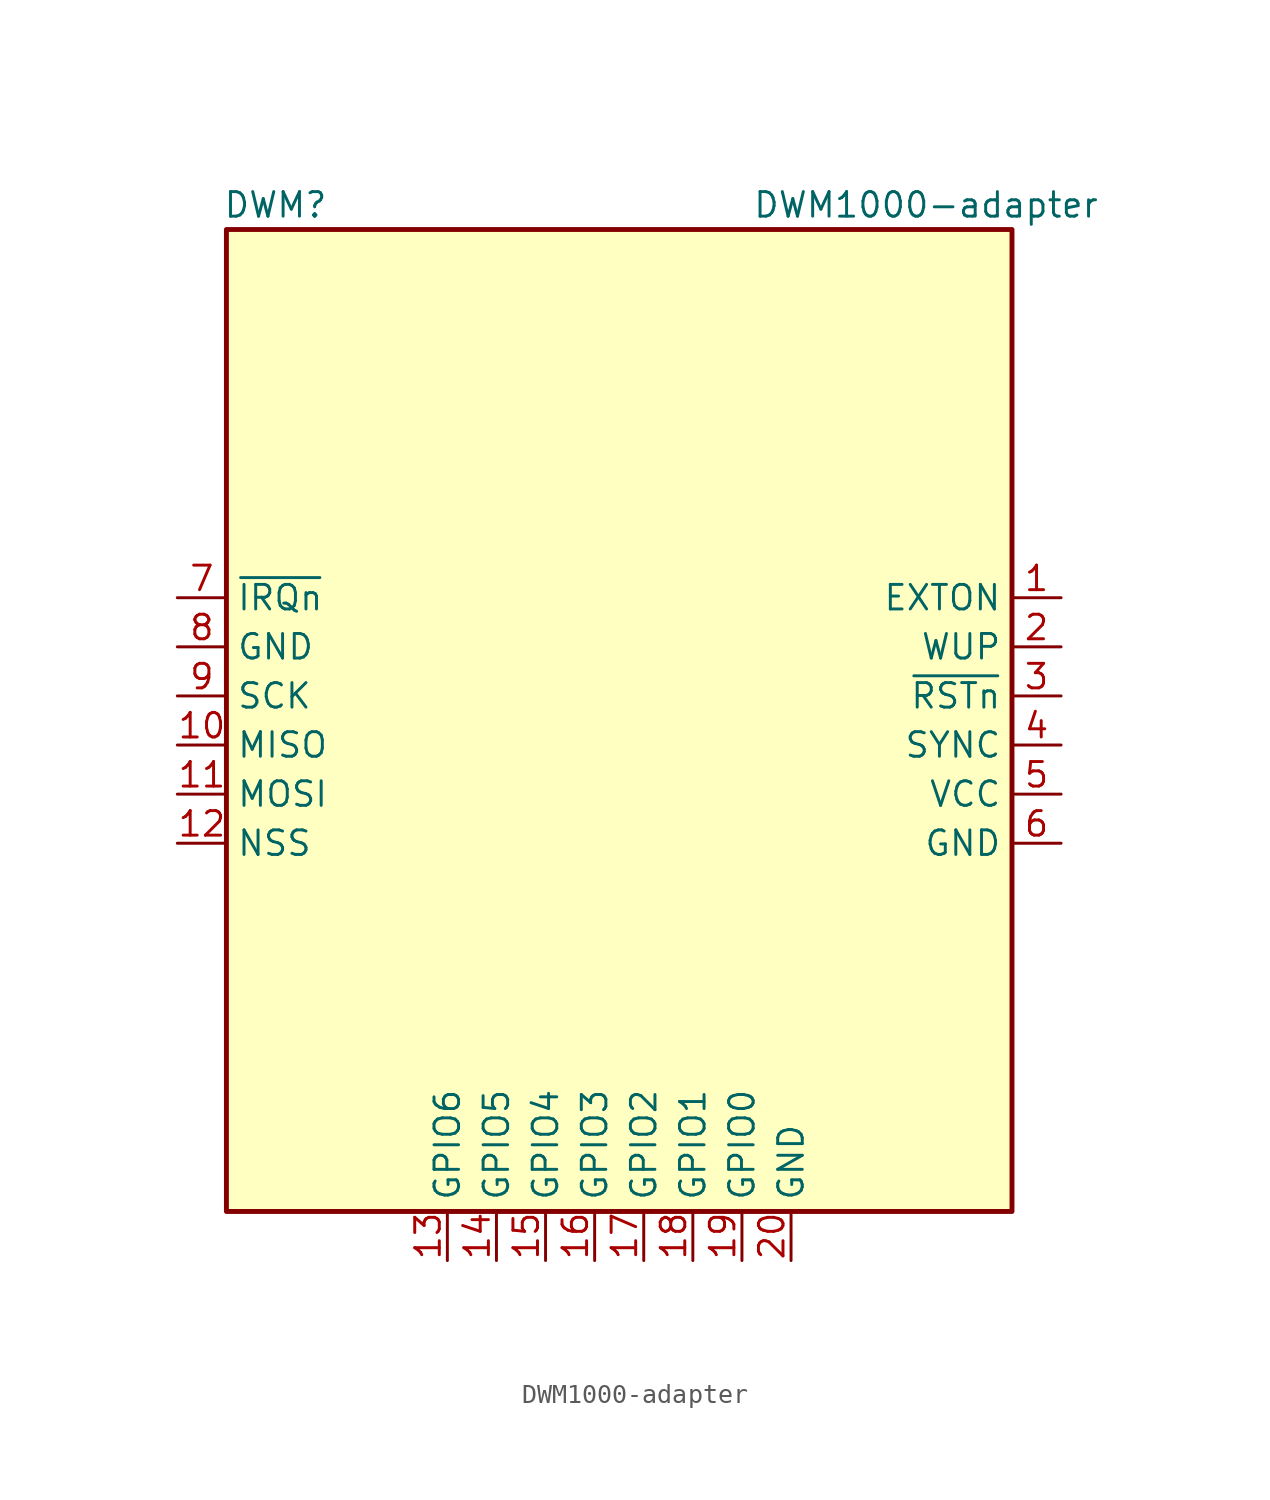
<source format=kicad_sym>
(kicad_symbol_lib
  (version 20231120)
  (generator "kicad_symbol_editor")
  (generator_version "8.0")
  (symbol "DWM1000-adapter"
    (property "Reference" "DWM"
      (at -17.78 26.67 0)
      (effects (font (size 1.27 1.27))))
    (property "Value" "DWM1000-adapter"
      (at 15.875 26.67 0)
      (effects (font (size 1.27 1.27))))
    (symbol "DWM1000-adapter_0_1"
      (rectangle (start -20.32 25.4) (end 20.32 -25.4) (stroke (width 0.254) (type default)) (fill (type background))))
    (symbol "DWM1000-adapter_1_1"
      (pin bidirectional line (at 22.86 6.35 180) (length 2.54) (name "EXTON" (effects (font (size 1.27 1.27)))) (number "1" (effects (font (size 1.27 1.27)))))
      (pin bidirectional line (at -22.86 -1.27 0) (length 2.54) (name "MISO" (effects (font (size 1.27 1.27)))) (number "10" (effects (font (size 1.27 1.27)))))
      (pin bidirectional line (at -22.86 -3.81 0) (length 2.54) (name "MOSI" (effects (font (size 1.27 1.27)))) (number "11" (effects (font (size 1.27 1.27)))))
      (pin bidirectional line (at -22.86 -6.35 0) (length 2.54) (name "NSS" (effects (font (size 1.27 1.27)))) (number "12" (effects (font (size 1.27 1.27)))))
      (pin bidirectional line (at -8.89 -27.94 90) (length 2.54) (name "GPIO6" (effects (font (size 1.27 1.27)))) (number "13" (effects (font (size 1.27 1.27)))))
      (pin bidirectional line (at -6.35 -27.94 90) (length 2.54) (name "GPIO5" (effects (font (size 1.27 1.27)))) (number "14" (effects (font (size 1.27 1.27)))))
      (pin bidirectional line (at -3.81 -27.94 90) (length 2.54) (name "GPIO4" (effects (font (size 1.27 1.27)))) (number "15" (effects (font (size 1.27 1.27)))))
      (pin bidirectional line (at -1.27 -27.94 90) (length 2.54) (name "GPIO3" (effects (font (size 1.27 1.27)))) (number "16" (effects (font (size 1.27 1.27)))))
      (pin passive line (at -2.54 -27.94 90) (length 2.54) hide (name "VSS" (effects (font (size 1.27 1.27)))) (number "16" (effects (font (size 1.27 1.27)))))
      (pin bidirectional line (at 1.27 -27.94 90) (length 2.54) (name "GPIO2" (effects (font (size 1.27 1.27)))) (number "17" (effects (font (size 1.27 1.27)))))
      (pin bidirectional line (at 3.81 -27.94 90) (length 2.54) (name "GPIO1" (effects (font (size 1.27 1.27)))) (number "18" (effects (font (size 1.27 1.27)))))
      (pin bidirectional line (at 6.35 -27.94 90) (length 2.54) (name "GPIO0" (effects (font (size 1.27 1.27)))) (number "19" (effects (font (size 1.27 1.27)))))
      (pin bidirectional line (at 22.86 3.81 180) (length 2.54) (name "WUP" (effects (font (size 1.27 1.27)))) (number "2" (effects (font (size 1.27 1.27)))))
      (pin bidirectional line (at 8.89 -27.94 90) (length 2.54) (name "GND" (effects (font (size 1.27 1.27)))) (number "20" (effects (font (size 1.27 1.27)))))
      (pin bidirectional line (at 22.86 1.27 180) (length 2.54) (name "~{RSTn}" (effects (font (size 1.27 1.27)))) (number "3" (effects (font (size 1.27 1.27)))))
      (pin bidirectional line (at 22.86 -1.27 180) (length 2.54) (name "SYNC" (effects (font (size 1.27 1.27)))) (number "4" (effects (font (size 1.27 1.27)))))
      (pin bidirectional line (at 22.86 -3.81 180) (length 2.54) (name "VCC" (effects (font (size 1.27 1.27)))) (number "5" (effects (font (size 1.27 1.27)))))
      (pin bidirectional line (at 22.86 -6.35 180) (length 2.54) (name "GND" (effects (font (size 1.27 1.27)))) (number "6" (effects (font (size 1.27 1.27)))))
      (pin bidirectional line (at -22.86 6.35 0) (length 2.54) (name "~{IRQn}" (effects (font (size 1.27 1.27)))) (number "7" (effects (font (size 1.27 1.27)))))
      (pin bidirectional line (at -22.86 3.81 0) (length 2.54) (name "GND" (effects (font (size 1.27 1.27)))) (number "8" (effects (font (size 1.27 1.27)))))
      (pin bidirectional line (at -22.86 1.27 0) (length 2.54) (name "SCK" (effects (font (size 1.27 1.27)))) (number "9" (effects (font (size 1.27 1.27))))))))
</source>
